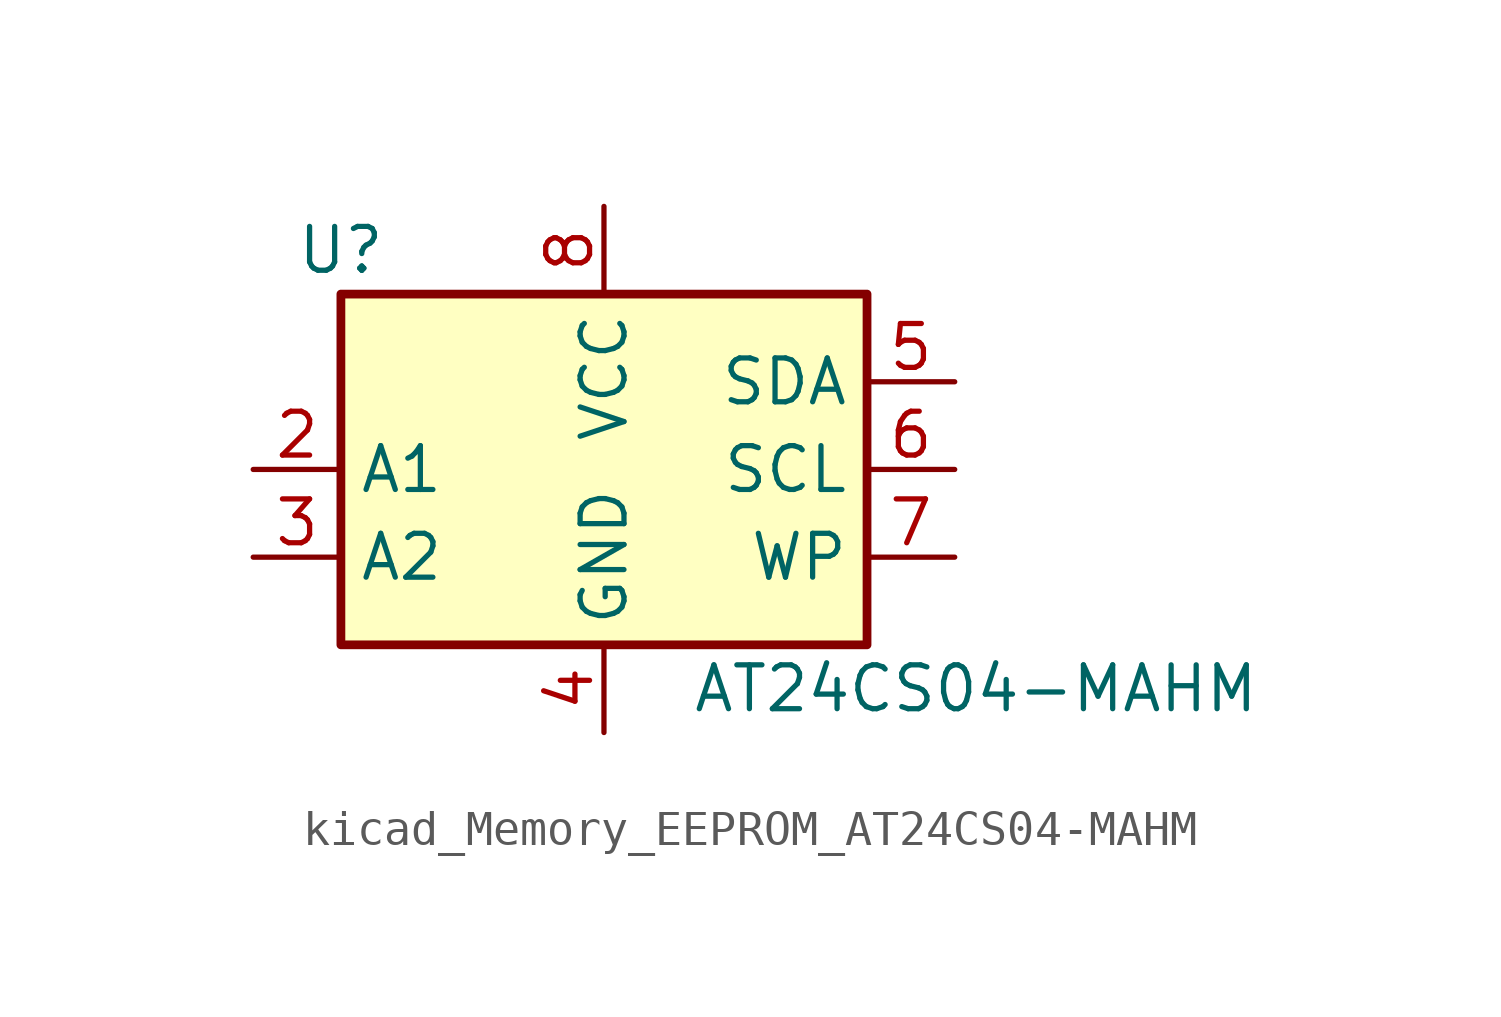
<source format=kicad_sym>
(kicad_symbol_lib
  (version 20220914)
  (generator kicad_symbol_editor)
  (symbol "kicad_Memory_EEPROM_AT24CS04-MAHM"
    (property "Reference" "U"
      (at -7.62 6.35 0)
      (effects (font (size 1.27 1.27))))
    (property "Value" "AT24CS04-MAHM"
      (at 2.54 -6.35 0)
      (effects (font (size 1.27 1.27)) (justify left)))
    (symbol "kicad_Memory_EEPROM_AT24CS04-MAHM_1_1"
      (rectangle (start -7.62 5.08) (end 7.62 -5.08) (stroke (width 0.254) (type default)) (fill (type background)))
      (pin no_connect line (at -7.62 2.54 0) (length 2.54) hide (name "NC" (effects (font (size 1.27 1.27)))) (number "1" (effects (font (size 1.27 1.27)))))
      (pin input line (at -10.16 0 0) (length 2.54) (name "A1" (effects (font (size 1.27 1.27)))) (number "2" (effects (font (size 1.27 1.27)))))
      (pin input line (at -10.16 -2.54 0) (length 2.54) (name "A2" (effects (font (size 1.27 1.27)))) (number "3" (effects (font (size 1.27 1.27)))))
      (pin power_in line (at 0 -7.62 90) (length 2.54) (name "GND" (effects (font (size 1.27 1.27)))) (number "4" (effects (font (size 1.27 1.27)))))
      (pin bidirectional line (at 10.16 2.54 180) (length 2.54) (name "SDA" (effects (font (size 1.27 1.27)))) (number "5" (effects (font (size 1.27 1.27)))))
      (pin input line (at 10.16 0 180) (length 2.54) (name "SCL" (effects (font (size 1.27 1.27)))) (number "6" (effects (font (size 1.27 1.27)))))
      (pin input line (at 10.16 -2.54 180) (length 2.54) (name "WP" (effects (font (size 1.27 1.27)))) (number "7" (effects (font (size 1.27 1.27)))))
      (pin power_in line (at 0 7.62 270) (length 2.54) (name "VCC" (effects (font (size 1.27 1.27)))) (number "8" (effects (font (size 1.27 1.27)))))
      (pin no_connect line (at -2.54 -5.08 90) (length 2.54) hide (name "NC" (effects (font (size 1.27 1.27)))) (number "9" (effects (font (size 1.27 1.27))))))))
</source>
